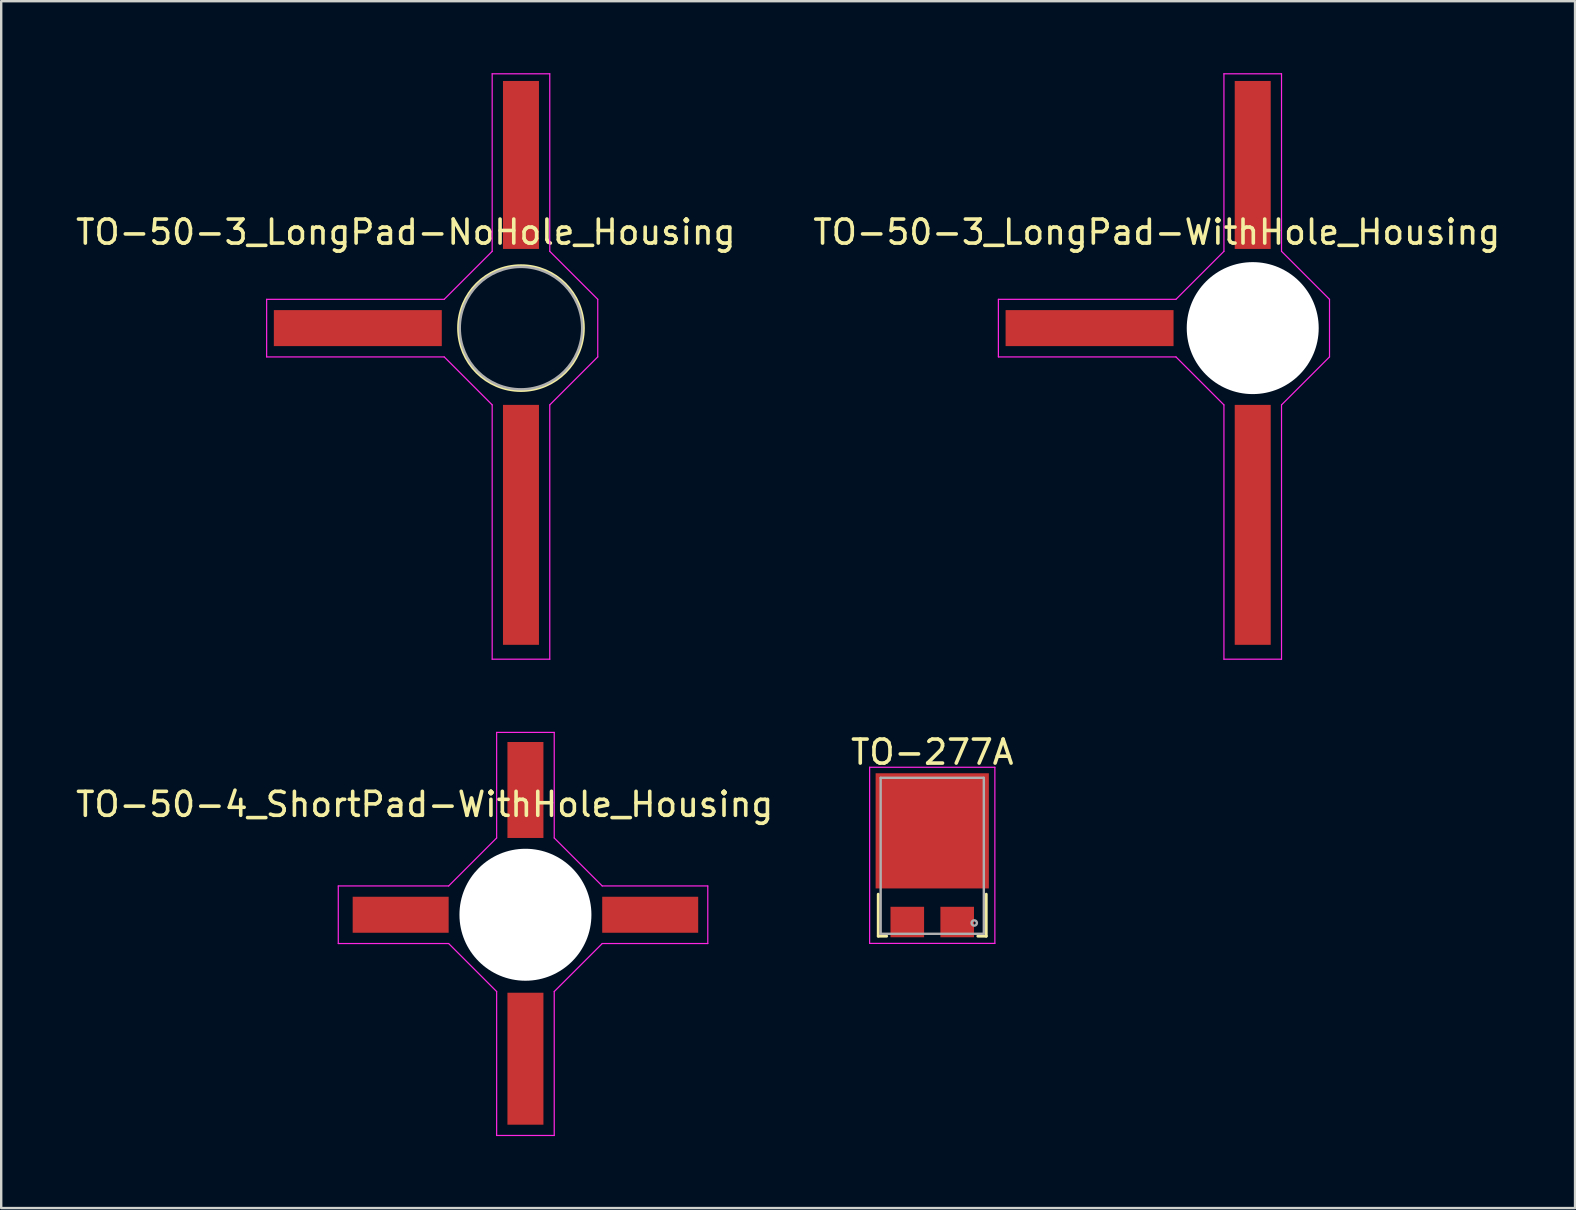
<source format=kicad_pcb>
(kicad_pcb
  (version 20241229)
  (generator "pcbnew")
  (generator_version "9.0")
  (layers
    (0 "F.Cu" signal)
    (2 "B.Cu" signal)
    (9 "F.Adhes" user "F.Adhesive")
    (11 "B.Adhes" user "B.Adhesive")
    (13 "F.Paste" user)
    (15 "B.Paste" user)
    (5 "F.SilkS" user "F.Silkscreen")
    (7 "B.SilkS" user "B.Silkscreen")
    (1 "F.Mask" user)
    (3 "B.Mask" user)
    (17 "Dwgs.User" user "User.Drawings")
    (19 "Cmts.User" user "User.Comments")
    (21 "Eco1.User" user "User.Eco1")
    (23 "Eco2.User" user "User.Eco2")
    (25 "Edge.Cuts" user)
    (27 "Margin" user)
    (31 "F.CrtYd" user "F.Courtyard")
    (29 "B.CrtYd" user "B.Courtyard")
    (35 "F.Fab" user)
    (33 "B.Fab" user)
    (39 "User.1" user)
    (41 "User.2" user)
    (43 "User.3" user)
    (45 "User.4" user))
  (footprint "TO-50-3_LongPad-NoHole_Housing"
    (layer "F.Cu")
    (at 15.263 11.325)
    (property "Reference" "TO-50-3_LongPad-NoHole_Housing" (at -1.4 -4.7 0) (layer "F.SilkS") (effects (font (size 1 1) (thickness 0.15))))
    (attr smd)
    (fp_circle (center 3.4 -0.7) (end 6 -0.7) (stroke (width 0.12) (type solid)) (fill no) (layer "F.SilkS"))
    (fp_line (start -7.2 -1.9) (end 0.2 -1.9) (stroke (width 0.05) (type solid)) (layer "F.CrtYd"))
    (fp_line (start -7.2 0.5) (end -7.2 -1.9) (stroke (width 0.05) (type solid)) (layer "F.CrtYd"))
    (fp_line (start 0.2 -1.9) (end 2.2 -3.9) (stroke (width 0.05) (type solid)) (layer "F.CrtYd"))
    (fp_line (start 0.2 0.5) (end -7.2 0.5) (stroke (width 0.05) (type solid)) (layer "F.CrtYd"))
    (fp_line (start 2.2 -11.3) (end 4.6 -11.3) (stroke (width 0.05) (type solid)) (layer "F.CrtYd"))
    (fp_line (start 2.2 -3.9) (end 2.2 -11.3) (stroke (width 0.05) (type solid)) (layer "F.CrtYd"))
    (fp_line (start 2.2 2.5) (end 0.2 0.5) (stroke (width 0.05) (type solid)) (layer "F.CrtYd"))
    (fp_line (start 2.2 13.1) (end 2.2 2.5) (stroke (width 0.05) (type solid)) (layer "F.CrtYd"))
    (fp_line (start 4.6 -11.3) (end 4.6 -3.9) (stroke (width 0.05) (type solid)) (layer "F.CrtYd"))
    (fp_line (start 4.6 -3.9) (end 6.6 -1.9) (stroke (width 0.05) (type solid)) (layer "F.CrtYd"))
    (fp_line (start 4.6 2.5) (end 4.6 13.1) (stroke (width 0.05) (type solid)) (layer "F.CrtYd"))
    (fp_line (start 4.6 13.1) (end 2.2 13.1) (stroke (width 0.05) (type solid)) (layer "F.CrtYd"))
    (fp_line (start 6.6 -1.9) (end 6.6 0.5) (stroke (width 0.05) (type solid)) (layer "F.CrtYd"))
    (fp_line (start 6.6 0.5) (end 4.6 2.5) (stroke (width 0.05) (type solid)) (layer "F.CrtYd"))
    (fp_circle (center 3.4 -0.7) (end 5.95 -0.65) (stroke (width 0.1) (type solid)) (fill no) (layer "F.Fab"))
    (pad "1" smd rect (at 3.4 -7.5) (size 1.5 7) (layers "F.Cu" "F.Mask" "F.Paste"))
    (pad "2" smd rect (at -3.4 -0.7) (size 7 1.5) (layers "F.Cu" "F.Mask" "F.Paste"))
    (pad "3" smd rect (at 3.4 7.5) (size 1.5 10) (layers "F.Cu" "F.Mask" "F.Paste")))
  (footprint "TO-277A"
    (layer "F.Cu")
    (at 35.804 33.478)
    (property "Reference" "TO-277A" (at 0 -5.18 0) (layer "F.SilkS") (effects (font (size 1 1) (thickness 0.15))))
    (attr smd)
    (fp_line (start -2.25 0.74) (end -2.25 2.49) (stroke (width 0.12) (type solid)) (layer "F.SilkS"))
    (fp_line (start -2.25 2.49) (end -1.9 2.49) (stroke (width 0.12) (type solid)) (layer "F.SilkS"))
    (fp_line (start 1.9 2.49) (end 2.25 2.49) (stroke (width 0.12) (type solid)) (layer "F.SilkS"))
    (fp_line (start 2.25 2.49) (end 2.25 0.74) (stroke (width 0.12) (type solid)) (layer "F.SilkS"))
    (fp_line (start -2.61 -4.55) (end -2.61 2.79) (stroke (width 0.05) (type solid)) (layer "F.CrtYd"))
    (fp_line (start -2.61 -4.55) (end 2.61 -4.55) (stroke (width 0.05) (type solid)) (layer "F.CrtYd"))
    (fp_line (start 2.61 2.79) (end -2.61 2.79) (stroke (width 0.05) (type solid)) (layer "F.CrtYd"))
    (fp_line (start 2.61 2.79) (end 2.61 -4.55) (stroke (width 0.05) (type solid)) (layer "F.CrtYd"))
    (fp_line (start -2.15 -4.11) (end -2.15 2.39) (stroke (width 0.1) (type solid)) (layer "F.Fab"))
    (fp_line (start -2.15 2.39) (end 2.15 2.39) (stroke (width 0.1) (type solid)) (layer "F.Fab"))
    (fp_line (start 2.15 -4.11) (end -2.15 -4.11) (stroke (width 0.1) (type solid)) (layer "F.Fab"))
    (fp_line (start 2.15 2.39) (end 2.15 -4.11) (stroke (width 0.1) (type solid)) (layer "F.Fab"))
    (fp_circle (center 1.75 1.94) (end 1.85 1.99) (stroke (width 0.1) (type solid)) (fill no) (layer "F.Fab"))
    (pad "1" smd rect (at 1.04 1.9) (size 1.4 1.27) (layers "F.Cu" "F.Mask" "F.Paste"))
    (pad "2" smd rect (at -1.04 1.9) (size 1.4 1.27) (layers "F.Cu" "F.Mask" "F.Paste"))
    (pad "3" smd rect (at 0 -1.9) (size 4.72 4.8) (layers "F.Cu" "F.Mask" "F.Paste")))
  (footprint "TO-50-3_LongPad-WithHole_Housing"
    (layer "F.Cu")
    (at 45.761 11.325)
    (property "Reference" "TO-50-3_LongPad-WithHole_Housing" (at -0.6 -4.7 0) (layer "F.SilkS") (effects (font (size 1 1) (thickness 0.15))))
    (attr smd)
    (fp_line (start -7.2 -1.9) (end 0.2 -1.9) (stroke (width 0.05) (type solid)) (layer "F.CrtYd"))
    (fp_line (start -7.2 0.5) (end -7.2 -1.9) (stroke (width 0.05) (type solid)) (layer "F.CrtYd"))
    (fp_line (start 0.2 -1.9) (end 2.2 -3.9) (stroke (width 0.05) (type solid)) (layer "F.CrtYd"))
    (fp_line (start 0.2 0.5) (end -7.2 0.5) (stroke (width 0.05) (type solid)) (layer "F.CrtYd"))
    (fp_line (start 2.2 -11.3) (end 4.6 -11.3) (stroke (width 0.05) (type solid)) (layer "F.CrtYd"))
    (fp_line (start 2.2 -3.9) (end 2.2 -11.3) (stroke (width 0.05) (type solid)) (layer "F.CrtYd"))
    (fp_line (start 2.2 2.5) (end 0.2 0.5) (stroke (width 0.05) (type solid)) (layer "F.CrtYd"))
    (fp_line (start 2.2 13.1) (end 2.2 2.5) (stroke (width 0.05) (type solid)) (layer "F.CrtYd"))
    (fp_line (start 4.6 -11.3) (end 4.6 -3.9) (stroke (width 0.05) (type solid)) (layer "F.CrtYd"))
    (fp_line (start 4.6 -3.9) (end 6.6 -1.9) (stroke (width 0.05) (type solid)) (layer "F.CrtYd"))
    (fp_line (start 4.6 2.5) (end 4.6 13.1) (stroke (width 0.05) (type solid)) (layer "F.CrtYd"))
    (fp_line (start 4.6 13.1) (end 2.2 13.1) (stroke (width 0.05) (type solid)) (layer "F.CrtYd"))
    (fp_line (start 6.6 -1.9) (end 6.6 0.5) (stroke (width 0.05) (type solid)) (layer "F.CrtYd"))
    (fp_line (start 6.6 0.5) (end 4.6 2.5) (stroke (width 0.05) (type solid)) (layer "F.CrtYd"))
    (fp_circle (center 3.4 -0.7) (end 5.95 -0.65) (stroke (width 0.1) (type solid)) (fill no) (layer "F.Fab"))
    (pad "" np_thru_hole circle (at 3.4 -0.7) (size 5.5 5.5) (drill 5.5) (layers "*.Cu" "*.Mask"))
    (pad "1" smd rect (at 3.4 -7.5) (size 1.5 7) (layers "F.Cu" "F.Mask" "F.Paste"))
    (pad "2" smd rect (at -3.4 -0.7) (size 7 1.5) (layers "F.Cu" "F.Mask" "F.Paste"))
    (pad "3" smd rect (at 3.4 7.5) (size 1.5 10) (layers "F.Cu" "F.Mask" "F.Paste")))
  (footprint "TO-50-4_ShortPad-WithHole_Housing"
    (layer "F.Cu")
    (at 18.849 35.475)
    (property "Reference" "TO-50-4_ShortPad-WithHole_Housing" (at -4.2 -5 0) (layer "F.SilkS") (effects (font (size 1 1) (thickness 0.15))))
    (attr smd)
    (fp_line (start -7.8 -1.6) (end -3.2 -1.6) (stroke (width 0.05) (type solid)) (layer "F.CrtYd"))
    (fp_line (start -7.8 0.8) (end -7.8 -1.6) (stroke (width 0.05) (type solid)) (layer "F.CrtYd"))
    (fp_line (start -3.2 -1.6) (end -1.2 -3.6) (stroke (width 0.05) (type solid)) (layer "F.CrtYd"))
    (fp_line (start -3.2 0.8) (end -7.8 0.8) (stroke (width 0.05) (type solid)) (layer "F.CrtYd"))
    (fp_line (start -1.2 -8) (end 1.2 -8) (stroke (width 0.05) (type solid)) (layer "F.CrtYd"))
    (fp_line (start -1.2 -3.6) (end -1.2 -8) (stroke (width 0.05) (type solid)) (layer "F.CrtYd"))
    (fp_line (start -1.2 2.8) (end -3.2 0.8) (stroke (width 0.05) (type solid)) (layer "F.CrtYd"))
    (fp_line (start -1.2 8.8) (end -1.2 2.8) (stroke (width 0.05) (type solid)) (layer "F.CrtYd"))
    (fp_line (start 1.2 -8) (end 1.2 -3.6) (stroke (width 0.05) (type solid)) (layer "F.CrtYd"))
    (fp_line (start 1.2 -3.6) (end 3.2 -1.6) (stroke (width 0.05) (type solid)) (layer "F.CrtYd"))
    (fp_line (start 1.2 2.8) (end 1.2 8.8) (stroke (width 0.05) (type solid)) (layer "F.CrtYd"))
    (fp_line (start 1.2 8.8) (end -1.2 8.8) (stroke (width 0.05) (type solid)) (layer "F.CrtYd"))
    (fp_line (start 3.2 -1.6) (end 7.6 -1.6) (stroke (width 0.05) (type solid)) (layer "F.CrtYd"))
    (fp_line (start 3.2 0.8) (end 1.2 2.8) (stroke (width 0.05) (type solid)) (layer "F.CrtYd"))
    (fp_line (start 7.6 -1.6) (end 7.6 0.8) (stroke (width 0.05) (type solid)) (layer "F.CrtYd"))
    (fp_line (start 7.6 0.8) (end 3.2 0.8) (stroke (width 0.05) (type solid)) (layer "F.CrtYd"))
    (fp_circle (center 0 -0.4) (end 2.55 -0.35) (stroke (width 0.1) (type solid)) (fill no) (layer "F.Fab"))
    (pad "" np_thru_hole circle (at 0 -0.4) (size 5.5 5.5) (drill 5.5) (layers "*.Cu" "*.Mask"))
    (pad "1" smd rect (at 0 -5.6) (size 1.5 4) (layers "F.Cu" "F.Mask" "F.Paste"))
    (pad "2" smd rect (at -5.2 -0.4) (size 4 1.5) (layers "F.Cu" "F.Mask" "F.Paste"))
    (pad "3" smd rect (at 0 5.6) (size 1.5 5.5) (layers "F.Cu" "F.Mask" "F.Paste"))
    (pad "4" smd rect (at 5.2 -0.4) (size 4 1.5) (layers "F.Cu" "F.Mask" "F.Paste")))
  (gr_rect
    (start -3 -3)
    (end 62.595 47.3)
    (stroke (width 0.1) (type default))
    (fill no)
    (layer "Edge.Cuts")))
</source>
